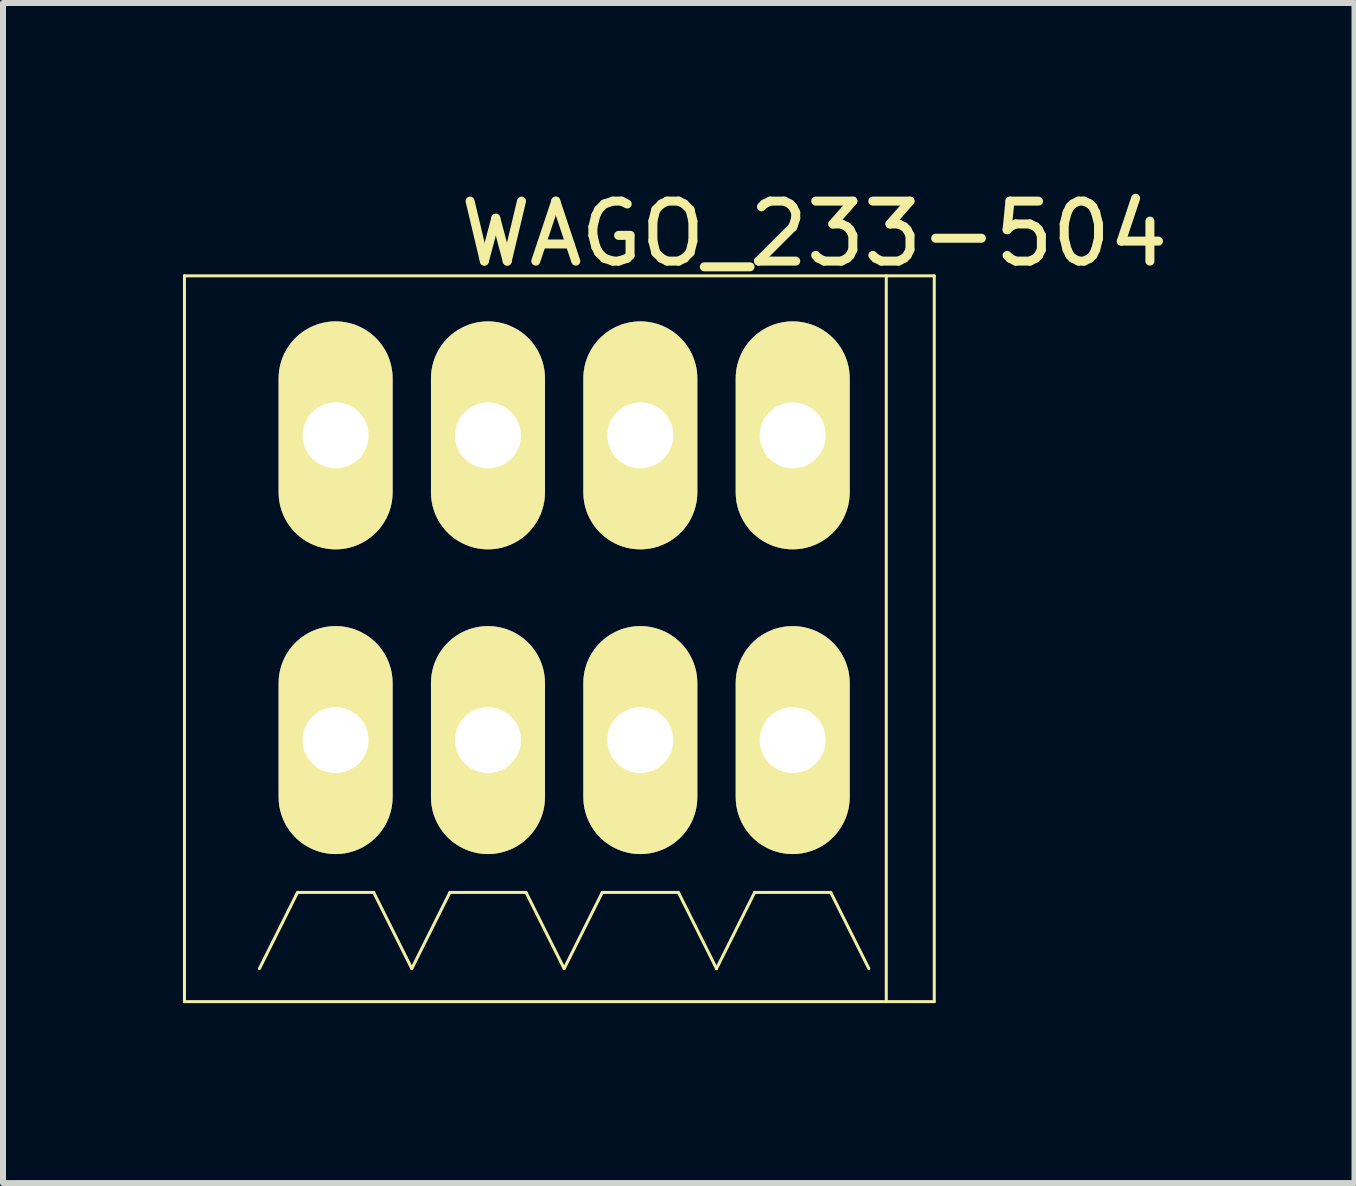
<source format=kicad_pcb>
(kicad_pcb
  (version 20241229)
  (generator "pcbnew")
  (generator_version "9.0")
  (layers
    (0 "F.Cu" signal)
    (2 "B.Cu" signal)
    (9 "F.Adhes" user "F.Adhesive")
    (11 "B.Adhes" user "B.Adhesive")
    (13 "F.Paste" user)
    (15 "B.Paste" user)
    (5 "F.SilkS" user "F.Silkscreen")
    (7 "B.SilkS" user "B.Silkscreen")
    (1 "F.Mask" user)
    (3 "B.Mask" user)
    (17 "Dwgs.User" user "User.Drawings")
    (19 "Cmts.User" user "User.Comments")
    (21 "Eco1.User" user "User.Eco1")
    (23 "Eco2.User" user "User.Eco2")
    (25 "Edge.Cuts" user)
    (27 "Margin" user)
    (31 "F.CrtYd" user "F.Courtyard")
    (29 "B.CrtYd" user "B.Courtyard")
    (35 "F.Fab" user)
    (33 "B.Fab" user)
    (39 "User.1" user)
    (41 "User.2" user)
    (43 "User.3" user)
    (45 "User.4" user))
  (footprint "WAGO_233-504"
    (layer "F.Cu")
    (at 7.625 9.288)
    (property "Reference" "WAGO_233-504" (at 2.9 -8.44 0) (layer "F.SilkS") (effects (font (size 1 1) (thickness 0.15))))
    (attr through_hole)
    (fp_line (start -7.6 -7.74) (end 4.9 -7.74) (stroke (width 0.05) (type solid)) (layer "F.SilkS"))
    (fp_line (start -7.6 4.36) (end -7.6 -7.74) (stroke (width 0.05) (type solid)) (layer "F.SilkS"))
    (fp_line (start -6.35 3.81) (end -5.715 2.54) (stroke (width 0.05) (type solid)) (layer "F.SilkS"))
    (fp_line (start -5.715 2.54) (end -4.445 2.54) (stroke (width 0.05) (type solid)) (layer "F.SilkS"))
    (fp_line (start -4.445 2.54) (end -3.81 3.81) (stroke (width 0.05) (type solid)) (layer "F.SilkS"))
    (fp_line (start -3.81 3.81) (end -3.175 2.54) (stroke (width 0.05) (type solid)) (layer "F.SilkS"))
    (fp_line (start -3.175 2.54) (end -1.905 2.54) (stroke (width 0.05) (type solid)) (layer "F.SilkS"))
    (fp_line (start -1.905 2.54) (end -1.27 3.81) (stroke (width 0.05) (type solid)) (layer "F.SilkS"))
    (fp_line (start -1.27 3.81) (end -0.635 2.54) (stroke (width 0.05) (type solid)) (layer "F.SilkS"))
    (fp_line (start -0.635 2.54) (end 0.635 2.54) (stroke (width 0.05) (type solid)) (layer "F.SilkS"))
    (fp_line (start 0.635 2.54) (end 1.27 3.81) (stroke (width 0.05) (type solid)) (layer "F.SilkS"))
    (fp_line (start 1.27 3.81) (end 1.905 2.54) (stroke (width 0.05) (type solid)) (layer "F.SilkS"))
    (fp_line (start 1.905 2.54) (end 3.175 2.54) (stroke (width 0.05) (type solid)) (layer "F.SilkS"))
    (fp_line (start 3.175 2.54) (end 3.81 3.81) (stroke (width 0.05) (type solid)) (layer "F.SilkS"))
    (fp_line (start 4.1 -7.74) (end 4.1 4.36) (stroke (width 0.05) (type solid)) (layer "F.SilkS"))
    (fp_line (start 4.9 -7.74) (end 4.9 4.36) (stroke (width 0.05) (type solid)) (layer "F.SilkS"))
    (fp_line (start 4.9 4.36) (end -7.6 4.36) (stroke (width 0.05) (type solid)) (layer "F.SilkS"))
    (pad "1" thru_hole oval (at -5.08 -5.08) (size 1.9 3.8) (drill 1.1) (layers "*.Cu" "*.Mask" "F.SilkS"))
    (pad "1" thru_hole oval (at -5.08 0) (size 1.9 3.8) (drill 1.1) (layers "*.Cu" "*.Mask" "F.SilkS"))
    (pad "2" thru_hole oval (at -2.54 -5.08) (size 1.9 3.8) (drill 1.1) (layers "*.Cu" "*.Mask" "F.SilkS"))
    (pad "2" thru_hole oval (at -2.54 0) (size 1.9 3.8) (drill 1.1) (layers "*.Cu" "*.Mask" "F.SilkS"))
    (pad "3" thru_hole oval (at 0 -5.08) (size 1.9 3.8) (drill 1.1) (layers "*.Cu" "*.Mask" "F.SilkS"))
    (pad "3" thru_hole oval (at 0 0) (size 1.9 3.8) (drill 1.1) (layers "*.Cu" "*.Mask" "F.SilkS"))
    (pad "4" thru_hole oval (at 2.54 -5.08) (size 1.9 3.8) (drill 1.1) (layers "*.Cu" "*.Mask" "F.SilkS"))
    (pad "4" thru_hole oval (at 2.54 0) (size 1.9 3.8) (drill 1.1) (layers "*.Cu" "*.Mask" "F.SilkS")))
  (gr_rect
    (start -3 -3)
    (end 19.531 16.673)
    (stroke (width 0.1) (type default))
    (fill no)
    (layer "Edge.Cuts")))
</source>
